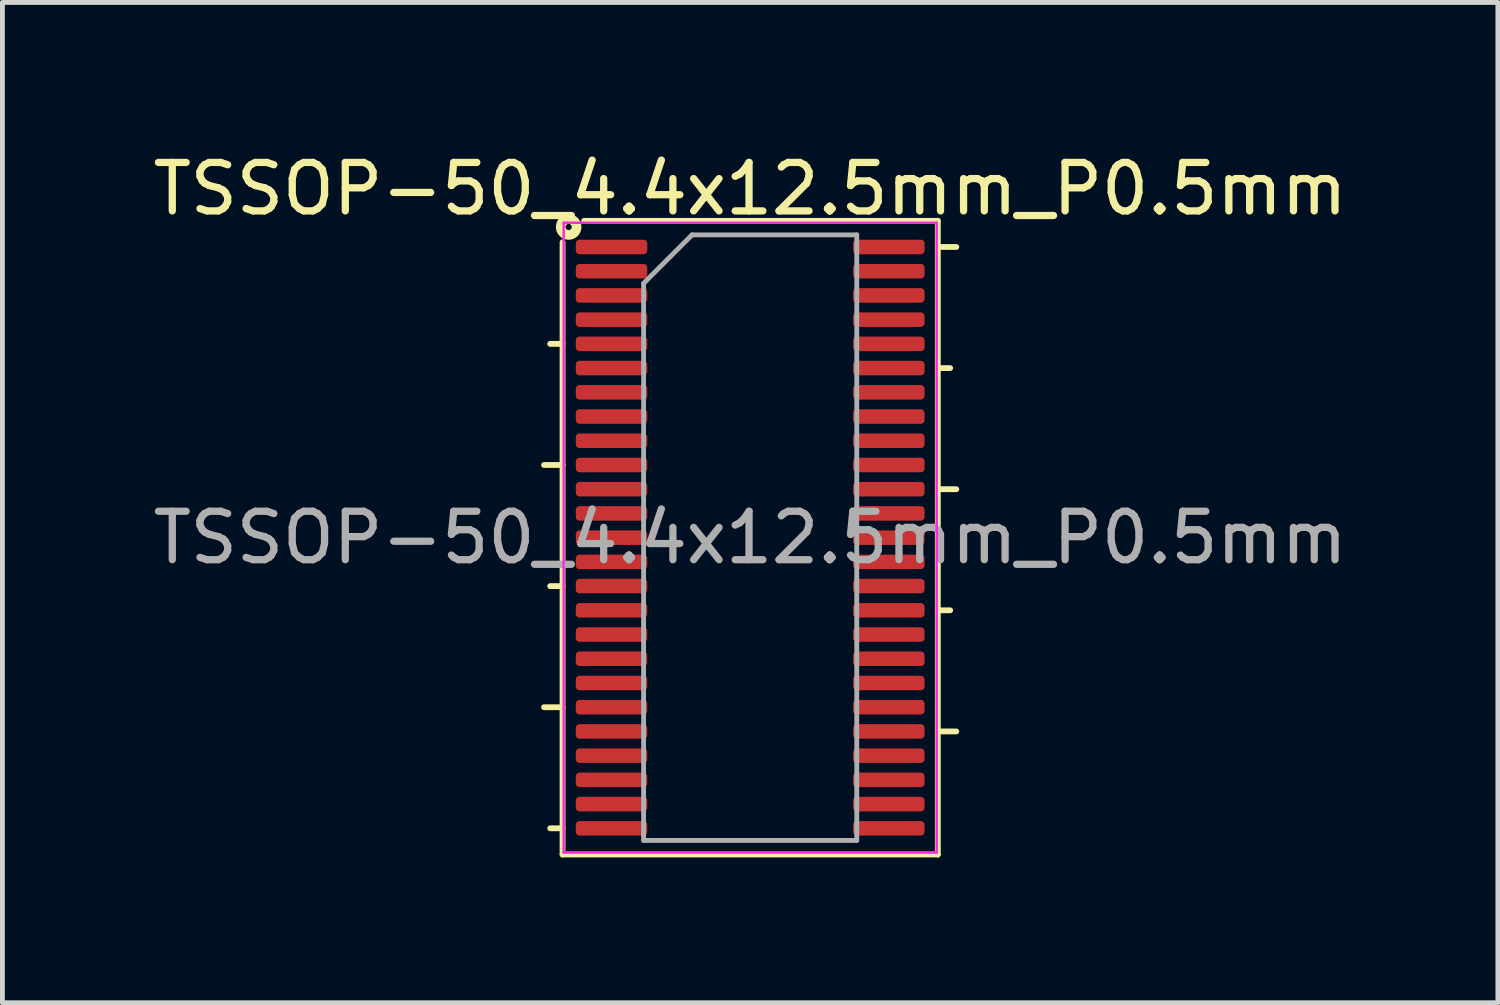
<source format=kicad_pcb>
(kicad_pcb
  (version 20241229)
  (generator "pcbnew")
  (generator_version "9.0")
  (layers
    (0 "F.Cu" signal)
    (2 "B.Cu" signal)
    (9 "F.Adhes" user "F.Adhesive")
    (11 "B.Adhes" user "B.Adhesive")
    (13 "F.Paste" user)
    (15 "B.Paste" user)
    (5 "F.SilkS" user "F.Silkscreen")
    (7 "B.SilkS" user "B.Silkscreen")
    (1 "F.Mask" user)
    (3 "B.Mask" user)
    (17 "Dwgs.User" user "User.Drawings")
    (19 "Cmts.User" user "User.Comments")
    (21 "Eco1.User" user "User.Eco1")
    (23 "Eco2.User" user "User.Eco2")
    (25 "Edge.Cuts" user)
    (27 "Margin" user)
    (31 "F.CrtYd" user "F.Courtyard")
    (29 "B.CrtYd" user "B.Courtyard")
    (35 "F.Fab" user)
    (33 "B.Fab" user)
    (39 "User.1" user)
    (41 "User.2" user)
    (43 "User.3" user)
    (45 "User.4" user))
  (footprint "TSSOP-50_4.4x12.5mm_P0.5mm"
    (layer "F.Cu")
    (at 12.435 8.048)
    (property "Reference" "TSSOP-50_4.4x12.5mm_P0.5mm" (at 0 -7.2 0) (layer "F.SilkS") (effects (font (size 1 1) (thickness 0.15))))
    (attr smd)
    (fp_line (start -3.873 -6.096) (end -3.873 6.54) (stroke (width 0.12) (type solid)) (layer "F.SilkS"))
    (fp_line (start -3.873 -4) (end -4.128 -4) (stroke (width 0.12) (type solid)) (layer "F.SilkS"))
    (fp_line (start -3.873 -1.5) (end -4.255 -1.5) (stroke (width 0.12) (type solid)) (layer "F.SilkS"))
    (fp_line (start -3.873 1) (end -4.128 1) (stroke (width 0.12) (type solid)) (layer "F.SilkS"))
    (fp_line (start -3.873 3.5) (end -4.255 3.5) (stroke (width 0.12) (type solid)) (layer "F.SilkS"))
    (fp_line (start -3.873 6) (end -4.128 6) (stroke (width 0.12) (type solid)) (layer "F.SilkS"))
    (fp_line (start -3.873 6.54) (end 3.873 6.54) (stroke (width 0.12) (type solid)) (layer "F.SilkS"))
    (fp_line (start 3.873 -6.54) (end -3.429 -6.54) (stroke (width 0.12) (type solid)) (layer "F.SilkS"))
    (fp_line (start 3.873 -6) (end 4.255 -6) (stroke (width 0.12) (type solid)) (layer "F.SilkS"))
    (fp_line (start 3.873 -3.5) (end 4.128 -3.5) (stroke (width 0.12) (type solid)) (layer "F.SilkS"))
    (fp_line (start 3.873 -1) (end 4.255 -1) (stroke (width 0.12) (type solid)) (layer "F.SilkS"))
    (fp_line (start 3.873 1.5) (end 4.128 1.5) (stroke (width 0.12) (type solid)) (layer "F.SilkS"))
    (fp_line (start 3.873 4) (end 4.255 4) (stroke (width 0.12) (type solid)) (layer "F.SilkS"))
    (fp_line (start 3.873 6.54) (end 3.873 -6.54) (stroke (width 0.12) (type solid)) (layer "F.SilkS"))
    (fp_circle (center -3.747 -6.413) (end -3.683 -6.413) (stroke (width 0.2) (type solid)) (fill no) (layer "F.SilkS"))
    (fp_line (start -3.85 -6.5) (end -3.85 6.5) (stroke (width 0.05) (type solid)) (layer "F.CrtYd"))
    (fp_line (start -3.85 6.5) (end 3.85 6.5) (stroke (width 0.05) (type solid)) (layer "F.CrtYd"))
    (fp_line (start 3.85 -6.5) (end -3.85 -6.5) (stroke (width 0.05) (type solid)) (layer "F.CrtYd"))
    (fp_line (start 3.85 6.5) (end 3.85 -6.5) (stroke (width 0.05) (type solid)) (layer "F.CrtYd"))
    (fp_line (start -2.2 -5.25) (end -1.2 -6.25) (stroke (width 0.1) (type solid)) (layer "F.Fab"))
    (fp_line (start -2.2 6.25) (end -2.2 -5.25) (stroke (width 0.1) (type solid)) (layer "F.Fab"))
    (fp_line (start -1.2 -6.25) (end 2.2 -6.25) (stroke (width 0.1) (type solid)) (layer "F.Fab"))
    (fp_line (start 2.2 -6.25) (end 2.2 6.25) (stroke (width 0.1) (type solid)) (layer "F.Fab"))
    (fp_line (start 2.2 6.25) (end -2.2 6.25) (stroke (width 0.1) (type solid)) (layer "F.Fab"))
    (fp_text user "${REFERENCE}" (at 0 0 0) (layer "F.Fab") (effects (font (size 1 1) (thickness 0.15))))
    (pad "1" smd roundrect (at -2.862 -6) (size 1.475 0.3) (layers "F.Cu" "F.Mask" "F.Paste") (roundrect_rratio 0.25))
    (pad "2" smd roundrect (at -2.862 -5.5) (size 1.475 0.3) (layers "F.Cu" "F.Mask" "F.Paste") (roundrect_rratio 0.25))
    (pad "3" smd roundrect (at -2.862 -5) (size 1.475 0.3) (layers "F.Cu" "F.Mask" "F.Paste") (roundrect_rratio 0.25))
    (pad "4" smd roundrect (at -2.862 -4.5) (size 1.475 0.3) (layers "F.Cu" "F.Mask" "F.Paste") (roundrect_rratio 0.25))
    (pad "5" smd roundrect (at -2.862 -4) (size 1.475 0.3) (layers "F.Cu" "F.Mask" "F.Paste") (roundrect_rratio 0.25))
    (pad "6" smd roundrect (at -2.862 -3.5) (size 1.475 0.3) (layers "F.Cu" "F.Mask" "F.Paste") (roundrect_rratio 0.25))
    (pad "7" smd roundrect (at -2.862 -3) (size 1.475 0.3) (layers "F.Cu" "F.Mask" "F.Paste") (roundrect_rratio 0.25))
    (pad "8" smd roundrect (at -2.862 -2.5) (size 1.475 0.3) (layers "F.Cu" "F.Mask" "F.Paste") (roundrect_rratio 0.25))
    (pad "9" smd roundrect (at -2.862 -2) (size 1.475 0.3) (layers "F.Cu" "F.Mask" "F.Paste") (roundrect_rratio 0.25))
    (pad "10" smd roundrect (at -2.862 -1.5) (size 1.475 0.3) (layers "F.Cu" "F.Mask" "F.Paste") (roundrect_rratio 0.25))
    (pad "11" smd roundrect (at -2.862 -1) (size 1.475 0.3) (layers "F.Cu" "F.Mask" "F.Paste") (roundrect_rratio 0.25))
    (pad "12" smd roundrect (at -2.862 -0.5) (size 1.475 0.3) (layers "F.Cu" "F.Mask" "F.Paste") (roundrect_rratio 0.25))
    (pad "13" smd roundrect (at -2.862 0) (size 1.475 0.3) (layers "F.Cu" "F.Mask" "F.Paste") (roundrect_rratio 0.25))
    (pad "14" smd roundrect (at -2.862 0.5) (size 1.475 0.3) (layers "F.Cu" "F.Mask" "F.Paste") (roundrect_rratio 0.25))
    (pad "15" smd roundrect (at -2.862 1) (size 1.475 0.3) (layers "F.Cu" "F.Mask" "F.Paste") (roundrect_rratio 0.25))
    (pad "16" smd roundrect (at -2.862 1.5) (size 1.475 0.3) (layers "F.Cu" "F.Mask" "F.Paste") (roundrect_rratio 0.25))
    (pad "17" smd roundrect (at -2.862 2) (size 1.475 0.3) (layers "F.Cu" "F.Mask" "F.Paste") (roundrect_rratio 0.25))
    (pad "18" smd roundrect (at -2.862 2.5) (size 1.475 0.3) (layers "F.Cu" "F.Mask" "F.Paste") (roundrect_rratio 0.25))
    (pad "19" smd roundrect (at -2.862 3) (size 1.475 0.3) (layers "F.Cu" "F.Mask" "F.Paste") (roundrect_rratio 0.25))
    (pad "20" smd roundrect (at -2.862 3.5) (size 1.475 0.3) (layers "F.Cu" "F.Mask" "F.Paste") (roundrect_rratio 0.25))
    (pad "21" smd roundrect (at -2.862 4) (size 1.475 0.3) (layers "F.Cu" "F.Mask" "F.Paste") (roundrect_rratio 0.25))
    (pad "22" smd roundrect (at -2.862 4.5) (size 1.475 0.3) (layers "F.Cu" "F.Mask" "F.Paste") (roundrect_rratio 0.25))
    (pad "23" smd roundrect (at -2.862 5) (size 1.475 0.3) (layers "F.Cu" "F.Mask" "F.Paste") (roundrect_rratio 0.25))
    (pad "24" smd roundrect (at -2.862 5.5) (size 1.475 0.3) (layers "F.Cu" "F.Mask" "F.Paste") (roundrect_rratio 0.25))
    (pad "25" smd roundrect (at -2.862 6) (size 1.475 0.3) (layers "F.Cu" "F.Mask" "F.Paste") (roundrect_rratio 0.25))
    (pad "26" smd roundrect (at 2.862 6) (size 1.475 0.3) (layers "F.Cu" "F.Mask" "F.Paste") (roundrect_rratio 0.25))
    (pad "27" smd roundrect (at 2.862 5.5) (size 1.475 0.3) (layers "F.Cu" "F.Mask" "F.Paste") (roundrect_rratio 0.25))
    (pad "28" smd roundrect (at 2.862 5) (size 1.475 0.3) (layers "F.Cu" "F.Mask" "F.Paste") (roundrect_rratio 0.25))
    (pad "29" smd roundrect (at 2.862 4.5) (size 1.475 0.3) (layers "F.Cu" "F.Mask" "F.Paste") (roundrect_rratio 0.25))
    (pad "30" smd roundrect (at 2.862 4) (size 1.475 0.3) (layers "F.Cu" "F.Mask" "F.Paste") (roundrect_rratio 0.25))
    (pad "31" smd roundrect (at 2.862 3.5) (size 1.475 0.3) (layers "F.Cu" "F.Mask" "F.Paste") (roundrect_rratio 0.25))
    (pad "32" smd roundrect (at 2.862 3) (size 1.475 0.3) (layers "F.Cu" "F.Mask" "F.Paste") (roundrect_rratio 0.25))
    (pad "33" smd roundrect (at 2.862 2.5) (size 1.475 0.3) (layers "F.Cu" "F.Mask" "F.Paste") (roundrect_rratio 0.25))
    (pad "34" smd roundrect (at 2.862 2) (size 1.475 0.3) (layers "F.Cu" "F.Mask" "F.Paste") (roundrect_rratio 0.25))
    (pad "35" smd roundrect (at 2.862 1.5) (size 1.475 0.3) (layers "F.Cu" "F.Mask" "F.Paste") (roundrect_rratio 0.25))
    (pad "36" smd roundrect (at 2.862 1) (size 1.475 0.3) (layers "F.Cu" "F.Mask" "F.Paste") (roundrect_rratio 0.25))
    (pad "37" smd roundrect (at 2.862 0.5) (size 1.475 0.3) (layers "F.Cu" "F.Mask" "F.Paste") (roundrect_rratio 0.25))
    (pad "38" smd roundrect (at 2.862 0) (size 1.475 0.3) (layers "F.Cu" "F.Mask" "F.Paste") (roundrect_rratio 0.25))
    (pad "39" smd roundrect (at 2.862 -0.5) (size 1.475 0.3) (layers "F.Cu" "F.Mask" "F.Paste") (roundrect_rratio 0.25))
    (pad "40" smd roundrect (at 2.862 -1) (size 1.475 0.3) (layers "F.Cu" "F.Mask" "F.Paste") (roundrect_rratio 0.25))
    (pad "41" smd roundrect (at 2.862 -1.5) (size 1.475 0.3) (layers "F.Cu" "F.Mask" "F.Paste") (roundrect_rratio 0.25))
    (pad "42" smd roundrect (at 2.862 -2) (size 1.475 0.3) (layers "F.Cu" "F.Mask" "F.Paste") (roundrect_rratio 0.25))
    (pad "43" smd roundrect (at 2.862 -2.5) (size 1.475 0.3) (layers "F.Cu" "F.Mask" "F.Paste") (roundrect_rratio 0.25))
    (pad "44" smd roundrect (at 2.862 -3) (size 1.475 0.3) (layers "F.Cu" "F.Mask" "F.Paste") (roundrect_rratio 0.25))
    (pad "45" smd roundrect (at 2.862 -3.5) (size 1.475 0.3) (layers "F.Cu" "F.Mask" "F.Paste") (roundrect_rratio 0.25))
    (pad "46" smd roundrect (at 2.862 -4) (size 1.475 0.3) (layers "F.Cu" "F.Mask" "F.Paste") (roundrect_rratio 0.25))
    (pad "47" smd roundrect (at 2.862 -4.5) (size 1.475 0.3) (layers "F.Cu" "F.Mask" "F.Paste") (roundrect_rratio 0.25))
    (pad "48" smd roundrect (at 2.862 -5) (size 1.475 0.3) (layers "F.Cu" "F.Mask" "F.Paste") (roundrect_rratio 0.25))
    (pad "49" smd roundrect (at 2.862 -5.5) (size 1.475 0.3) (layers "F.Cu" "F.Mask" "F.Paste") (roundrect_rratio 0.25))
    (pad "50" smd roundrect (at 2.862 -6) (size 1.475 0.3) (layers "F.Cu" "F.Mask" "F.Paste") (roundrect_rratio 0.25)))
  (gr_rect
    (start -3 -3)
    (end 27.869 17.649)
    (stroke (width 0.1) (type default))
    (fill no)
    (layer "Edge.Cuts")))
</source>
